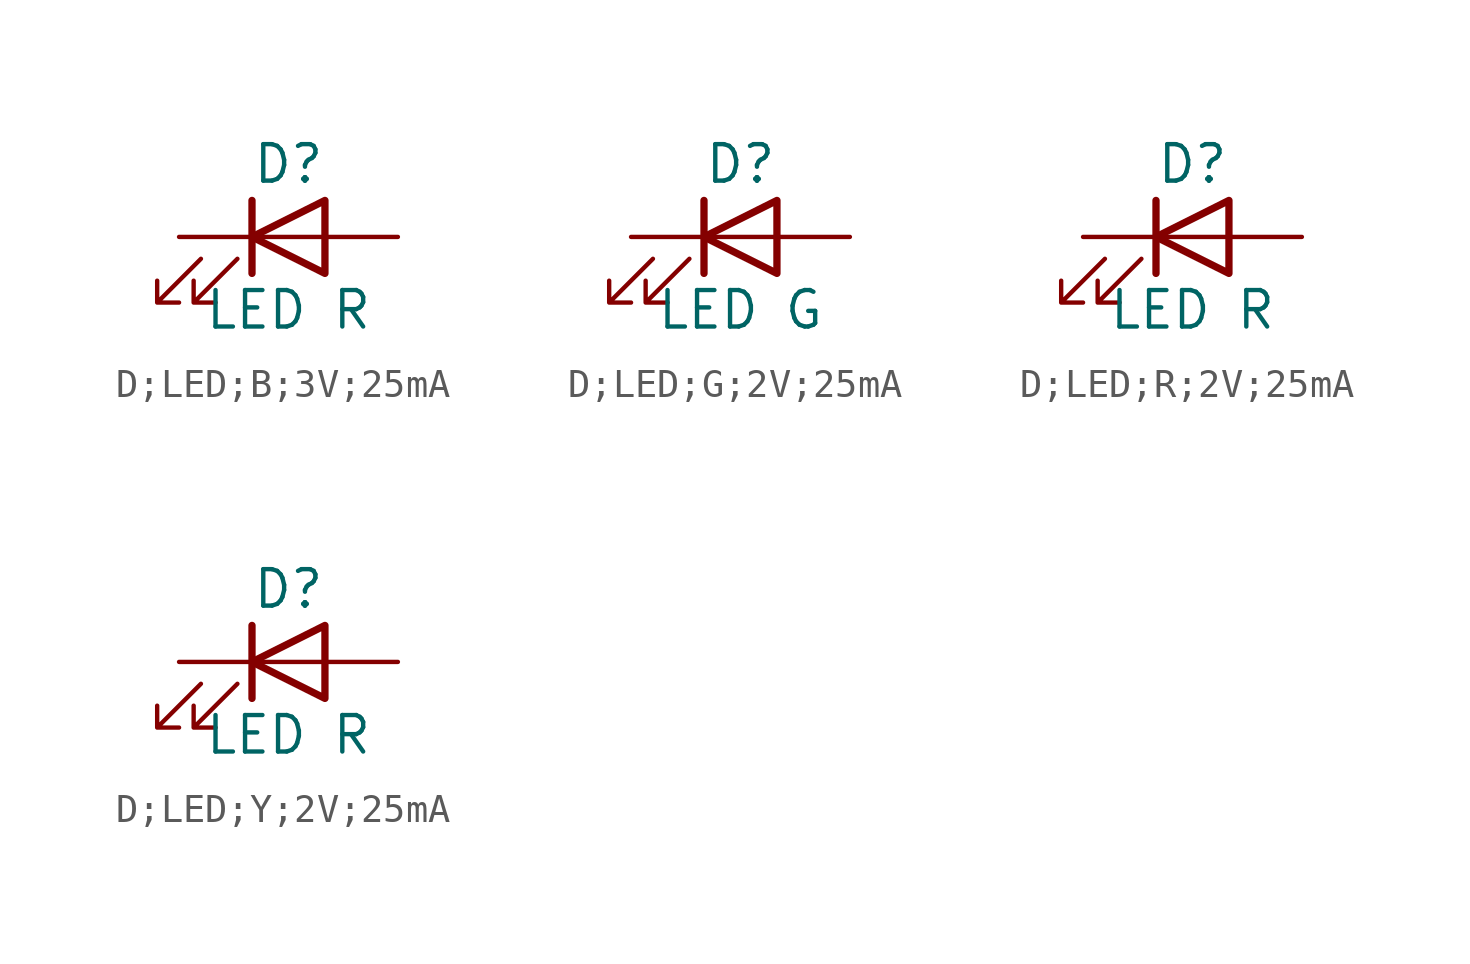
<source format=kicad_sym>
(kicad_symbol_lib
  (version 20231120)
  (generator "kicad_symbol_editor")
  (generator_version "8.0")
  (symbol "D;LED;B;3V;25mA"
    (pin_numbers hide)
    (pin_names
      (offset 1.016) hide)
    (property "Reference" "D"
      (at 0 2.54 0)
      (effects (font (size 1.27 1.27))))
    (property "Value" "LED R"
      (at 0 -2.54 0)
      (effects (font (size 1.27 1.27))))
    (symbol "D;LED;B;3V;25mA_0_1"
      (polyline (pts (xy -1.27 -1.27) (xy -1.27 1.27)) (stroke (width 0.254) (type default)) (fill (type none)))
      (polyline (pts (xy -1.27 0) (xy 1.27 0)) (stroke (width 0) (type default)) (fill (type none)))
      (polyline (pts (xy 1.27 -1.27) (xy 1.27 1.27) (xy -1.27 0) (xy 1.27 -1.27)) (stroke (width 0.254) (type default)) (fill (type none)))
      (polyline (pts (xy -3.048 -0.762) (xy -4.572 -2.286) (xy -3.81 -2.286) (xy -4.572 -2.286) (xy -4.572 -1.524)) (stroke (width 0) (type default)) (fill (type none)))
      (polyline (pts (xy -1.778 -0.762) (xy -3.302 -2.286) (xy -2.54 -2.286) (xy -3.302 -2.286) (xy -3.302 -1.524)) (stroke (width 0) (type default)) (fill (type none))))
    (symbol "D;LED;B;3V;25mA_1_1"
      (pin passive line (at -3.81 0 0) (length 2.54) (name "K" (effects (font (size 1.27 1.27)))) (number "1" (effects (font (size 1.27 1.27)))))
      (pin passive line (at 3.81 0 180) (length 2.54) (name "A" (effects (font (size 1.27 1.27)))) (number "2" (effects (font (size 1.27 1.27)))))))
  (symbol "D;LED;G;2V;25mA"
    (pin_numbers hide)
    (pin_names
      (offset 1.016) hide)
    (property "Reference" "D"
      (at 0 2.54 0)
      (effects (font (size 1.27 1.27))))
    (property "Value" "LED G"
      (at 0 -2.54 0)
      (effects (font (size 1.27 1.27))))
    (symbol "D;LED;G;2V;25mA_0_1"
      (polyline (pts (xy -1.27 -1.27) (xy -1.27 1.27)) (stroke (width 0.254) (type default)) (fill (type none)))
      (polyline (pts (xy -1.27 0) (xy 1.27 0)) (stroke (width 0) (type default)) (fill (type none)))
      (polyline (pts (xy 1.27 -1.27) (xy 1.27 1.27) (xy -1.27 0) (xy 1.27 -1.27)) (stroke (width 0.254) (type default)) (fill (type none)))
      (polyline (pts (xy -3.048 -0.762) (xy -4.572 -2.286) (xy -3.81 -2.286) (xy -4.572 -2.286) (xy -4.572 -1.524)) (stroke (width 0) (type default)) (fill (type none)))
      (polyline (pts (xy -1.778 -0.762) (xy -3.302 -2.286) (xy -2.54 -2.286) (xy -3.302 -2.286) (xy -3.302 -1.524)) (stroke (width 0) (type default)) (fill (type none))))
    (symbol "D;LED;G;2V;25mA_1_1"
      (pin passive line (at -3.81 0 0) (length 2.54) (name "K" (effects (font (size 1.27 1.27)))) (number "1" (effects (font (size 1.27 1.27)))))
      (pin passive line (at 3.81 0 180) (length 2.54) (name "A" (effects (font (size 1.27 1.27)))) (number "2" (effects (font (size 1.27 1.27)))))))
  (symbol "D;LED;R;2V;25mA"
    (pin_numbers hide)
    (pin_names
      (offset 1.016) hide)
    (property "Reference" "D"
      (at 0 2.54 0)
      (effects (font (size 1.27 1.27))))
    (property "Value" "LED R"
      (at 0 -2.54 0)
      (effects (font (size 1.27 1.27))))
    (symbol "D;LED;R;2V;25mA_0_1"
      (polyline (pts (xy -1.27 -1.27) (xy -1.27 1.27)) (stroke (width 0.254) (type default)) (fill (type none)))
      (polyline (pts (xy -1.27 0) (xy 1.27 0)) (stroke (width 0) (type default)) (fill (type none)))
      (polyline (pts (xy 1.27 -1.27) (xy 1.27 1.27) (xy -1.27 0) (xy 1.27 -1.27)) (stroke (width 0.254) (type default)) (fill (type none)))
      (polyline (pts (xy -3.048 -0.762) (xy -4.572 -2.286) (xy -3.81 -2.286) (xy -4.572 -2.286) (xy -4.572 -1.524)) (stroke (width 0) (type default)) (fill (type none)))
      (polyline (pts (xy -1.778 -0.762) (xy -3.302 -2.286) (xy -2.54 -2.286) (xy -3.302 -2.286) (xy -3.302 -1.524)) (stroke (width 0) (type default)) (fill (type none))))
    (symbol "D;LED;R;2V;25mA_1_1"
      (pin passive line (at -3.81 0 0) (length 2.54) (name "K" (effects (font (size 1.27 1.27)))) (number "1" (effects (font (size 1.27 1.27)))))
      (pin passive line (at 3.81 0 180) (length 2.54) (name "A" (effects (font (size 1.27 1.27)))) (number "2" (effects (font (size 1.27 1.27)))))))
  (symbol "D;LED;Y;2V;25mA"
    (pin_numbers hide)
    (pin_names
      (offset 1.016) hide)
    (property "Reference" "D"
      (at 0 2.54 0)
      (effects (font (size 1.27 1.27))))
    (property "Value" "LED R"
      (at 0 -2.54 0)
      (effects (font (size 1.27 1.27))))
    (symbol "D;LED;Y;2V;25mA_0_1"
      (polyline (pts (xy -1.27 -1.27) (xy -1.27 1.27)) (stroke (width 0.254) (type default)) (fill (type none)))
      (polyline (pts (xy -1.27 0) (xy 1.27 0)) (stroke (width 0) (type default)) (fill (type none)))
      (polyline (pts (xy 1.27 -1.27) (xy 1.27 1.27) (xy -1.27 0) (xy 1.27 -1.27)) (stroke (width 0.254) (type default)) (fill (type none)))
      (polyline (pts (xy -3.048 -0.762) (xy -4.572 -2.286) (xy -3.81 -2.286) (xy -4.572 -2.286) (xy -4.572 -1.524)) (stroke (width 0) (type default)) (fill (type none)))
      (polyline (pts (xy -1.778 -0.762) (xy -3.302 -2.286) (xy -2.54 -2.286) (xy -3.302 -2.286) (xy -3.302 -1.524)) (stroke (width 0) (type default)) (fill (type none))))
    (symbol "D;LED;Y;2V;25mA_1_1"
      (pin passive line (at -3.81 0 0) (length 2.54) (name "K" (effects (font (size 1.27 1.27)))) (number "1" (effects (font (size 1.27 1.27)))))
      (pin passive line (at 3.81 0 180) (length 2.54) (name "A" (effects (font (size 1.27 1.27)))) (number "2" (effects (font (size 1.27 1.27))))))))
</source>
